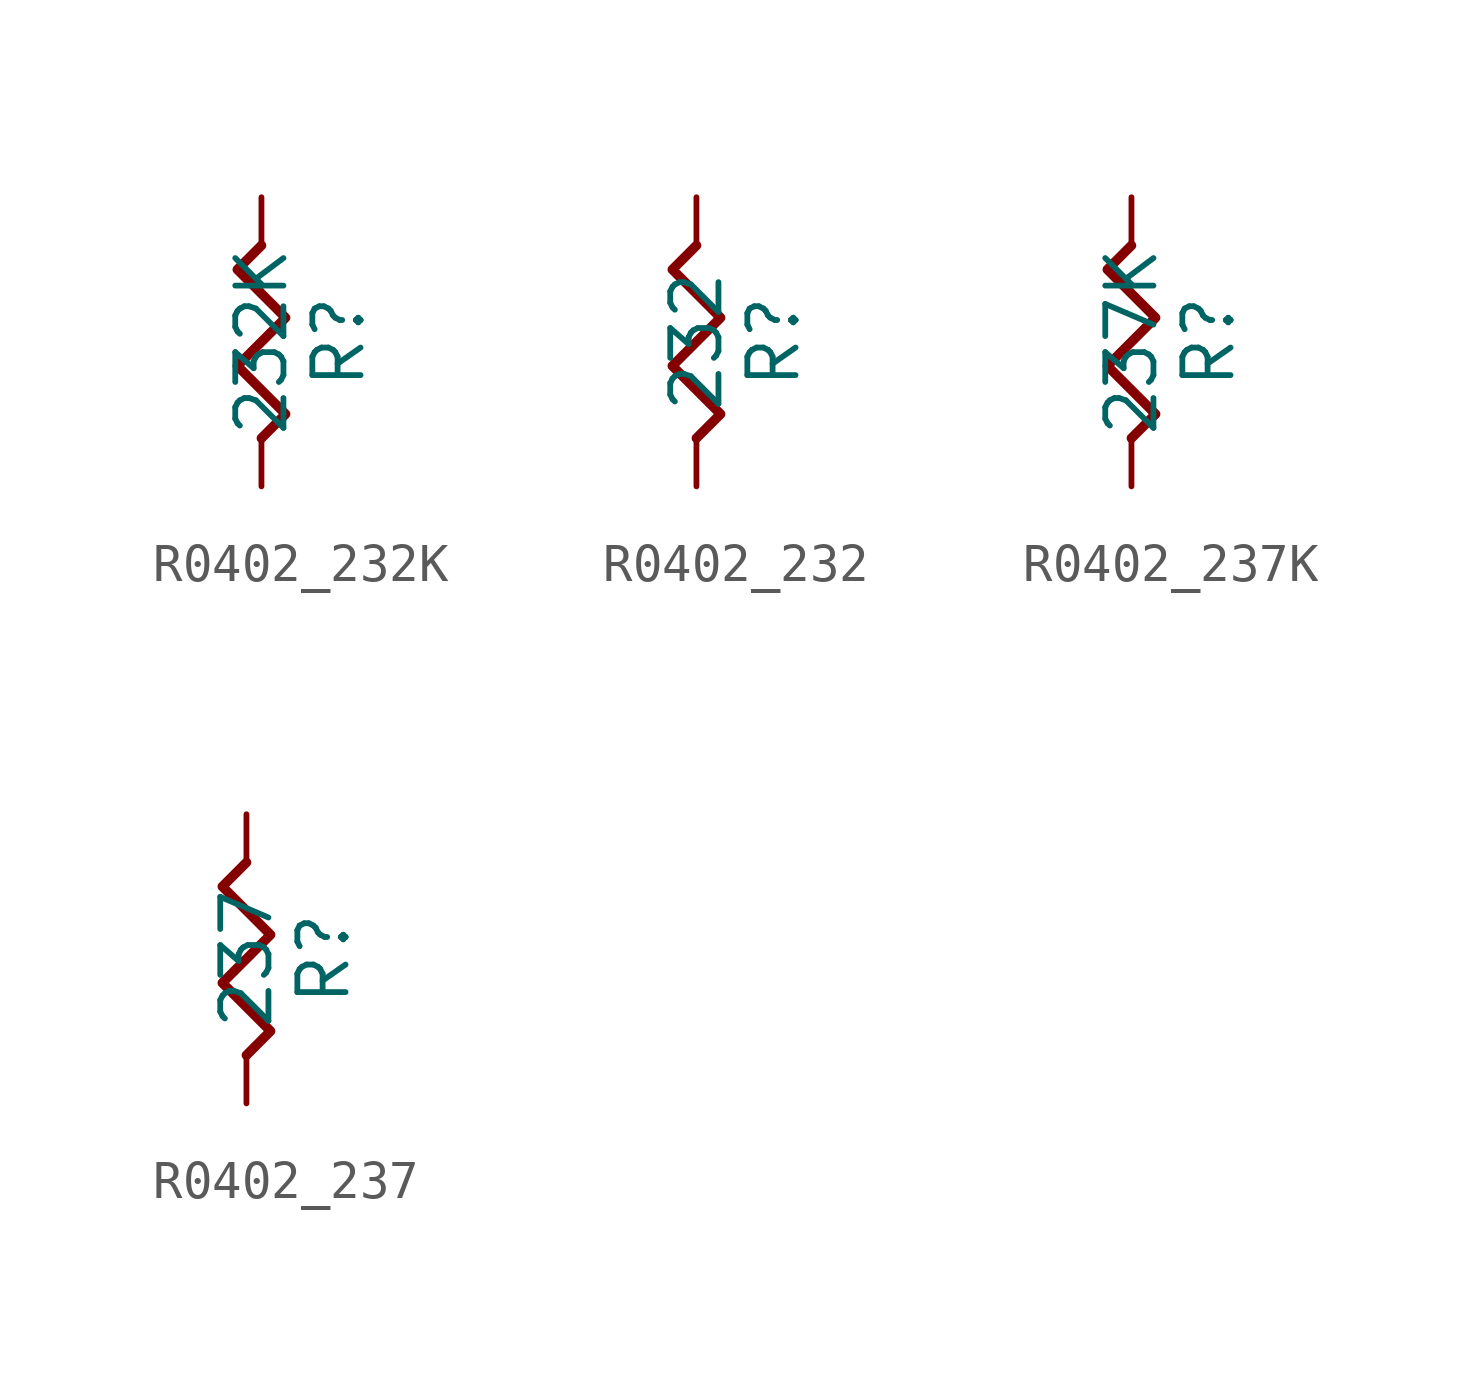
<source format=kicad_sym>
(kicad_symbol_lib
  (version 20211014)
  (generator atlantix-eda)
  (symbol "R0402_232K"
    (pin_numbers hide)
    (pin_names
      (offset 0))
    (property "Reference" "R"
      (at 2.032 0 90)
      (effects (font (size 1.27 1.27))))
    (property "Value" "232K"
      (at 0 0 90)
      (effects (font (size 1.27 1.27))))
    (symbol "R0402_232K_0_1"
      (polyline (pts (xy 0 -2.54) (xy 0.635 -1.905) (xy -0.635 -0.635) (xy 0.635 0.635) (xy -0.635 1.905) (xy 0 2.54)) (stroke (width 0.254) (type default) (color 0 0 0 0)) (fill (type none))))
    (symbol "R0402_232K_1_1"
      (pin passive line (at 0 3.81 270) (length 1.27) (name "~" (effects (font (size 1.27 1.27)))) (number "1" (effects (font (size 1.27 1.27)))))
      (pin passive line (at 0 -3.81 90) (length 1.27) (name "~" (effects (font (size 1.27 1.27)))) (number "2" (effects (font (size 1.27 1.27)))))))
  (symbol "R0402_232"
    (pin_numbers hide)
    (pin_names
      (offset 0))
    (property "Reference" "R"
      (at 2.032 0 90)
      (effects (font (size 1.27 1.27))))
    (property "Value" "232"
      (at 0 0 90)
      (effects (font (size 1.27 1.27))))
    (symbol "R0402_232_0_1"
      (polyline (pts (xy 0 -2.54) (xy 0.635 -1.905) (xy -0.635 -0.635) (xy 0.635 0.635) (xy -0.635 1.905) (xy 0 2.54)) (stroke (width 0.254) (type default) (color 0 0 0 0)) (fill (type none))))
    (symbol "R0402_232_1_1"
      (pin passive line (at 0 3.81 270) (length 1.27) (name "~" (effects (font (size 1.27 1.27)))) (number "1" (effects (font (size 1.27 1.27)))))
      (pin passive line (at 0 -3.81 90) (length 1.27) (name "~" (effects (font (size 1.27 1.27)))) (number "2" (effects (font (size 1.27 1.27)))))))
  (symbol "R0402_237K"
    (pin_numbers hide)
    (pin_names
      (offset 0))
    (property "Reference" "R"
      (at 2.032 0 90)
      (effects (font (size 1.27 1.27))))
    (property "Value" "237K"
      (at 0 0 90)
      (effects (font (size 1.27 1.27))))
    (symbol "R0402_237K_0_1"
      (polyline (pts (xy 0 -2.54) (xy 0.635 -1.905) (xy -0.635 -0.635) (xy 0.635 0.635) (xy -0.635 1.905) (xy 0 2.54)) (stroke (width 0.254) (type default) (color 0 0 0 0)) (fill (type none))))
    (symbol "R0402_237K_1_1"
      (pin passive line (at 0 3.81 270) (length 1.27) (name "~" (effects (font (size 1.27 1.27)))) (number "1" (effects (font (size 1.27 1.27)))))
      (pin passive line (at 0 -3.81 90) (length 1.27) (name "~" (effects (font (size 1.27 1.27)))) (number "2" (effects (font (size 1.27 1.27)))))))
  (symbol "R0402_237"
    (pin_numbers hide)
    (pin_names
      (offset 0))
    (property "Reference" "R"
      (at 2.032 0 90)
      (effects (font (size 1.27 1.27))))
    (property "Value" "237"
      (at 0 0 90)
      (effects (font (size 1.27 1.27))))
    (symbol "R0402_237_0_1"
      (polyline (pts (xy 0 -2.54) (xy 0.635 -1.905) (xy -0.635 -0.635) (xy 0.635 0.635) (xy -0.635 1.905) (xy 0 2.54)) (stroke (width 0.254) (type default) (color 0 0 0 0)) (fill (type none))))
    (symbol "R0402_237_1_1"
      (pin passive line (at 0 3.81 270) (length 1.27) (name "~" (effects (font (size 1.27 1.27)))) (number "1" (effects (font (size 1.27 1.27)))))
      (pin passive line (at 0 -3.81 90) (length 1.27) (name "~" (effects (font (size 1.27 1.27)))) (number "2" (effects (font (size 1.27 1.27))))))))
</source>
